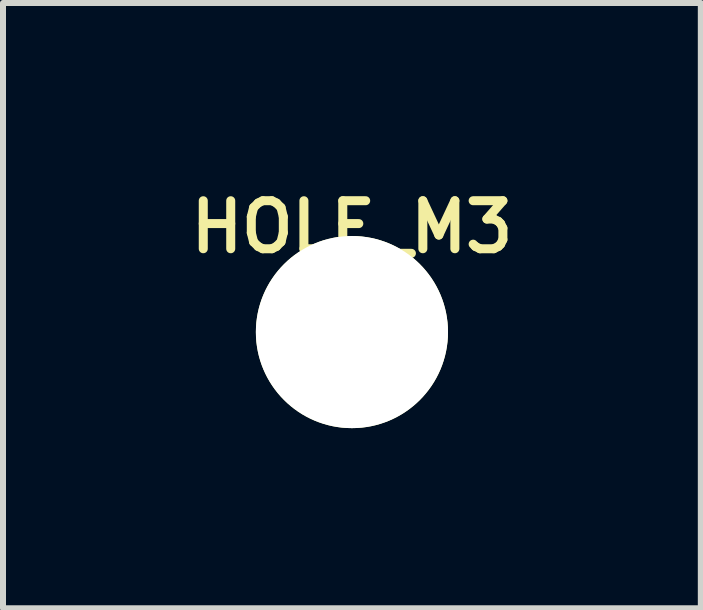
<source format=kicad_pcb>
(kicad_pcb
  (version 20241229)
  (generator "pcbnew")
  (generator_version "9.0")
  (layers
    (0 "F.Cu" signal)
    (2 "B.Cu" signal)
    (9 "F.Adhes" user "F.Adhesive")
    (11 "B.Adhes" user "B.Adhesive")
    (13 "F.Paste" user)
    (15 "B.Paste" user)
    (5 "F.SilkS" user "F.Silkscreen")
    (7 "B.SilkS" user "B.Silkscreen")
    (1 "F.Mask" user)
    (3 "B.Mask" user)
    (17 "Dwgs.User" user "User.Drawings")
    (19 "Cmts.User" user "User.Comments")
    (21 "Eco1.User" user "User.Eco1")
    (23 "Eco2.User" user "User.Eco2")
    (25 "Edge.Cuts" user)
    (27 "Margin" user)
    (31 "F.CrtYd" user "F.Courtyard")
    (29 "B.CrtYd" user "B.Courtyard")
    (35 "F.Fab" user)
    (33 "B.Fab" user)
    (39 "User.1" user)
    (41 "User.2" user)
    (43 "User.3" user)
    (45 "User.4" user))
  (footprint "HOLE_M3"
    (layer "F.Cu")
    (at 2.812 2.481)
    (property "Reference" "HOLE_M3" (at 0 -1.75 0) (layer "F.SilkS") (effects (font (size 0.8 0.8) (thickness 0.15))))
    (attr through_hole)
    (pad "" np_thru_hole circle (at 0 0) (size 3.2 3.2) (drill 3.2) (layers "*.Cu" "*.Mask" "F.SilkS" "F.Paste")))
  (gr_rect
    (start -3 -3)
    (end 8.623 7.081)
    (stroke (width 0.1) (type default))
    (fill no)
    (layer "Edge.Cuts")))
</source>
